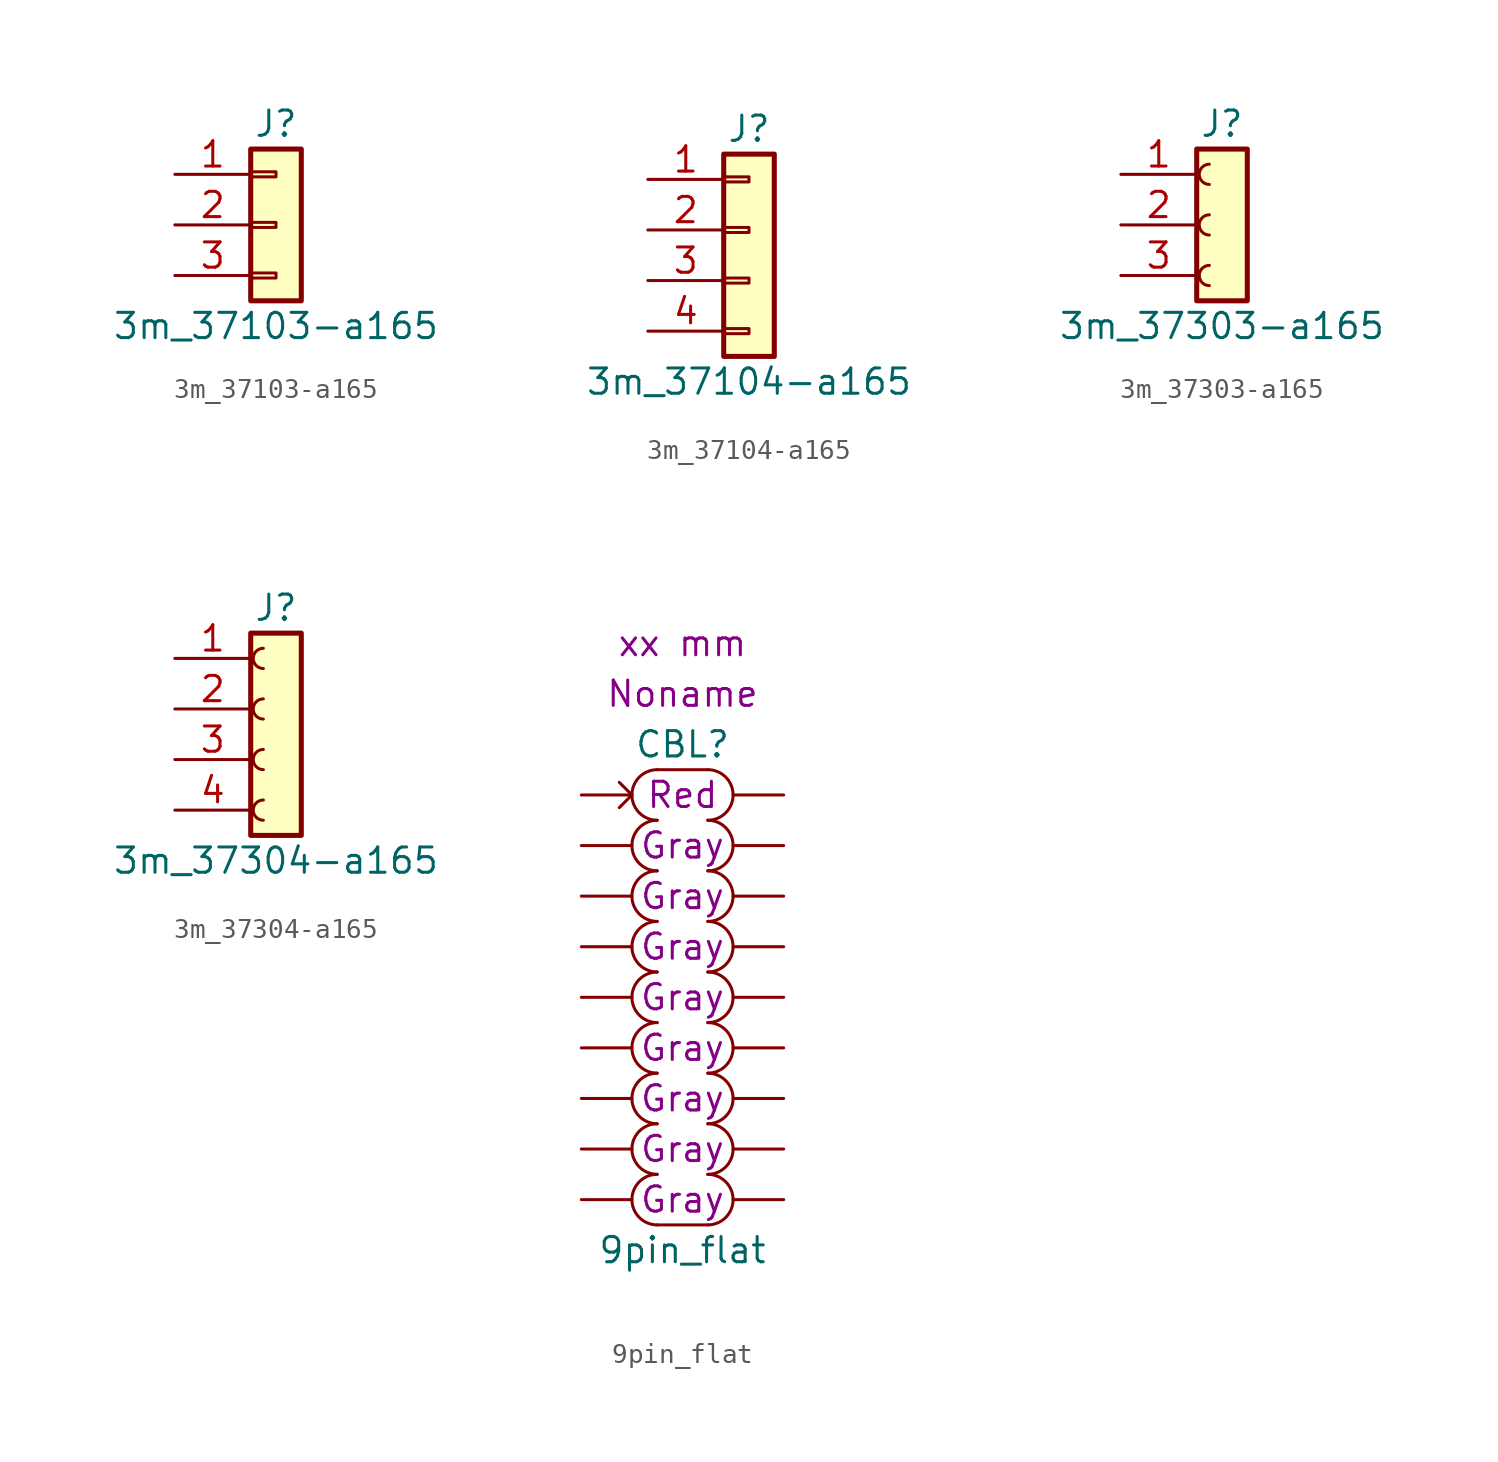
<source format=kicad_sym>
(kicad_symbol_lib
  (version 20211014)
  (generator kicad_symbol_editor)
  (symbol "3m_37103-a165"
    (pin_names
      (offset 1.016) hide)
    (property "Reference" "J"
      (at 0 5.08 0)
      (effects (font (size 1.27 1.27))))
    (property "Value" "3m_37103-a165"
      (at 0 -5.08 0)
      (effects (font (size 1.27 1.27))))
    (symbol "3m_37103-a165_1_1"
      (rectangle (start -1.27 -2.413) (end 0 -2.667) (stroke (width 0.152) (type default) (color 0 0 0 0)) (fill (type none)))
      (rectangle (start -1.27 0.127) (end 0 -0.127) (stroke (width 0.152) (type default) (color 0 0 0 0)) (fill (type none)))
      (rectangle (start -1.27 2.667) (end 0 2.413) (stroke (width 0.152) (type default) (color 0 0 0 0)) (fill (type none)))
      (rectangle (start -1.27 3.81) (end 1.27 -3.81) (stroke (width 0.254) (type default) (color 0 0 0 0)) (fill (type background)))
      (pin passive line (at -5.08 2.54 0) (length 3.81) (name "Pin_1" (effects (font (size 1.27 1.27)))) (number "1" (effects (font (size 1.27 1.27)))))
      (pin passive line (at -5.08 0 0) (length 3.81) (name "Pin_2" (effects (font (size 1.27 1.27)))) (number "2" (effects (font (size 1.27 1.27)))))
      (pin passive line (at -5.08 -2.54 0) (length 3.81) (name "Pin_3" (effects (font (size 1.27 1.27)))) (number "3" (effects (font (size 1.27 1.27)))))))
  (symbol "3m_37104-a165"
    (pin_names
      (offset 1.016) hide)
    (property "Reference" "J"
      (at 0 6.35 0)
      (effects (font (size 1.27 1.27))))
    (property "Value" "3m_37104-a165"
      (at 0 -6.35 0)
      (effects (font (size 1.27 1.27))))
    (symbol "3m_37104-a165_1_1"
      (rectangle (start -1.27 -3.683) (end 0 -3.937) (stroke (width 0.152) (type default) (color 0 0 0 0)) (fill (type none)))
      (rectangle (start -1.27 -1.143) (end 0 -1.397) (stroke (width 0.152) (type default) (color 0 0 0 0)) (fill (type none)))
      (rectangle (start -1.27 1.397) (end 0 1.143) (stroke (width 0.152) (type default) (color 0 0 0 0)) (fill (type none)))
      (rectangle (start -1.27 3.937) (end 0 3.683) (stroke (width 0.152) (type default) (color 0 0 0 0)) (fill (type none)))
      (rectangle (start -1.27 5.08) (end 1.27 -5.08) (stroke (width 0.254) (type default) (color 0 0 0 0)) (fill (type background)))
      (pin passive line (at -5.08 3.81 0) (length 3.81) (name "Pin_1" (effects (font (size 1.27 1.27)))) (number "1" (effects (font (size 1.27 1.27)))))
      (pin passive line (at -5.08 1.27 0) (length 3.81) (name "Pin_2" (effects (font (size 1.27 1.27)))) (number "2" (effects (font (size 1.27 1.27)))))
      (pin passive line (at -5.08 -1.27 0) (length 3.81) (name "Pin_3" (effects (font (size 1.27 1.27)))) (number "3" (effects (font (size 1.27 1.27)))))
      (pin passive line (at -5.08 -3.81 0) (length 3.81) (name "Pin_4" (effects (font (size 1.27 1.27)))) (number "4" (effects (font (size 1.27 1.27)))))))
  (symbol "3m_37303-a165"
    (pin_names
      (offset 1.016) hide)
    (property "Reference" "J"
      (at 0 5.08 0)
      (effects (font (size 1.27 1.27))))
    (property "Value" "3m_37303-a165"
      (at 0 -5.08 0)
      (effects (font (size 1.27 1.27))))
    (symbol "3m_37303-a165_1_1"
      (rectangle (start -1.27 3.81) (end 1.27 -3.81) (stroke (width 0.254) (type default) (color 0 0 0 0)) (fill (type background)))
      (arc (start -0.635 -2.032) (mid -1.143 -2.54) (end -0.635 -3.048) (stroke (width 0) (type default) (color 0 0 0 0)) (fill (type none)))
      (arc (start -0.635 0.508) (mid -1.143 0) (end -0.635 -0.508) (stroke (width 0) (type default) (color 0 0 0 0)) (fill (type none)))
      (arc (start -0.635 3.048) (mid -1.143 2.54) (end -0.635 2.032) (stroke (width 0) (type default) (color 0 0 0 0)) (fill (type none)))
      (pin passive line (at -5.08 2.54 0) (length 3.81) (name "Pin_1" (effects (font (size 1.27 1.27)))) (number "1" (effects (font (size 1.27 1.27)))))
      (pin passive line (at -5.08 0 0) (length 3.81) (name "Pin_2" (effects (font (size 1.27 1.27)))) (number "2" (effects (font (size 1.27 1.27)))))
      (pin passive line (at -5.08 -2.54 0) (length 3.81) (name "Pin_3" (effects (font (size 1.27 1.27)))) (number "3" (effects (font (size 1.27 1.27)))))))
  (symbol "3m_37304-a165"
    (pin_names
      (offset 1.016) hide)
    (property "Reference" "J"
      (at 0 6.35 0)
      (effects (font (size 1.27 1.27))))
    (property "Value" "3m_37304-a165"
      (at 0 -6.35 0)
      (effects (font (size 1.27 1.27))))
    (symbol "3m_37304-a165_1_1"
      (rectangle (start -1.27 5.08) (end 1.27 -5.08) (stroke (width 0.254) (type default) (color 0 0 0 0)) (fill (type background)))
      (arc (start -0.635 -3.302) (mid -1.143 -3.81) (end -0.635 -4.318) (stroke (width 0) (type default) (color 0 0 0 0)) (fill (type none)))
      (arc (start -0.635 -0.762) (mid -1.143 -1.27) (end -0.635 -1.778) (stroke (width 0) (type default) (color 0 0 0 0)) (fill (type none)))
      (arc (start -0.635 1.778) (mid -1.143 1.27) (end -0.635 0.762) (stroke (width 0) (type default) (color 0 0 0 0)) (fill (type none)))
      (arc (start -0.635 4.318) (mid -1.143 3.81) (end -0.635 3.302) (stroke (width 0) (type default) (color 0 0 0 0)) (fill (type none)))
      (pin passive line (at -5.08 3.81 0) (length 3.81) (name "Pin_1" (effects (font (size 1.27 1.27)))) (number "1" (effects (font (size 1.27 1.27)))))
      (pin passive line (at -5.08 1.27 0) (length 3.81) (name "Pin_2" (effects (font (size 1.27 1.27)))) (number "2" (effects (font (size 1.27 1.27)))))
      (pin passive line (at -5.08 -1.27 0) (length 3.81) (name "Pin_3" (effects (font (size 1.27 1.27)))) (number "3" (effects (font (size 1.27 1.27)))))
      (pin passive line (at -5.08 -3.81 0) (length 3.81) (name "Pin_4" (effects (font (size 1.27 1.27)))) (number "4" (effects (font (size 1.27 1.27)))))))
  (symbol "9pin_flat"
    (pin_numbers hide)
    (pin_names hide)
    (property "Reference" "CBL"
      (at 0 13.97 0)
      (effects (font (size 1.27 1.27))))
    (property "Value" "9pin_flat"
      (at 0 -11.43 0)
      (effects (font (size 1.27 1.27))))
    (property "color1" "Red"
      (at 0 11.43 0)
      (effects (font (size 1.27 1.27))))
    (property "color2" "Gray"
      (at 0 8.89 0)
      (effects (font (size 1.27 1.27))))
    (property "color3" "Gray"
      (at 0 6.35 0)
      (effects (font (size 1.27 1.27))))
    (property "color4" "Gray"
      (at 0 3.81 0)
      (effects (font (size 1.27 1.27))))
    (property "Length" "xx mm"
      (at 0 19.05 0)
      (effects (font (size 1.27 1.27))))
    (property "Harness_name" "Noname"
      (at 0 16.51 0)
      (effects (font (size 1.27 1.27))))
    (property "color5" "Gray"
      (at 0 1.27 0)
      (effects (font (size 1.27 1.27))))
    (property "color6" "Gray"
      (at 0 -1.27 0)
      (effects (font (size 1.27 1.27))))
    (property "color7" "Gray"
      (at 0 -3.81 0)
      (effects (font (size 1.27 1.27))))
    (property "color8" "Gray"
      (at 0 -6.35 0)
      (effects (font (size 1.27 1.27))))
    (property "color9" "Gray"
      (at 0 -8.89 0)
      (effects (font (size 1.27 1.27))))
    (symbol "9pin_flat_0_0"
      (arc (start -1.27 12.7) (mid -2.54 11.43) (end -1.27 10.16) (stroke (width 0) (type default) (color 0 0 0 0)) (fill (type none)))
      (polyline (pts (xy -1.27 12.7) (xy 1.27 12.7)) (stroke (width 0) (type default) (color 0 0 0 0)) (fill (type none)))
      (pin passive line (at 5.08 -1.27 180) (length 2.54) (name "C6.2" (effects (font (size 1.27 1.27)))) (number "12" (effects (font (size 1.27 1.27)))))
      (pin passive line (at -5.08 -3.81 0) (length 2.54) (name "C7.1" (effects (font (size 1.27 1.27)))) (number "13" (effects (font (size 1.27 1.27))))))
    (symbol "9pin_flat_0_1"
      (polyline (pts (xy -1.27 -10.16) (xy 1.27 -10.16)) (stroke (width 0) (type default) (color 0 0 0 0)) (fill (type none)))
      (polyline (pts (xy -3.175 12.065) (xy -2.54 11.43) (xy -3.175 10.795)) (stroke (width 0) (type default) (color 0 0 0 0)) (fill (type none))))
    (symbol "9pin_flat_1_1"
      (arc (start -1.27 -7.62) (mid -2.54 -8.89) (end -1.27 -10.16) (stroke (width 0) (type default) (color 0 0 0 0)) (fill (type none)))
      (arc (start -1.27 -5.08) (mid -2.54 -6.35) (end -1.27 -7.62) (stroke (width 0) (type default) (color 0 0 0 0)) (fill (type none)))
      (arc (start -1.27 -2.54) (mid -2.54 -3.81) (end -1.27 -5.08) (stroke (width 0) (type default) (color 0 0 0 0)) (fill (type none)))
      (arc (start -1.27 0) (mid -2.54 -1.27) (end -1.27 -2.54) (stroke (width 0) (type default) (color 0 0 0 0)) (fill (type none)))
      (arc (start -1.27 2.54) (mid -2.54 1.27) (end -1.27 0) (stroke (width 0) (type default) (color 0 0 0 0)) (fill (type none)))
      (arc (start -1.27 5.08) (mid -2.54 3.81) (end -1.27 2.54) (stroke (width 0) (type default) (color 0 0 0 0)) (fill (type none)))
      (arc (start -1.27 7.62) (mid -2.54 6.35) (end -1.27 5.08) (stroke (width 0) (type default) (color 0 0 0 0)) (fill (type none)))
      (arc (start -1.27 10.16) (mid -2.54 8.89) (end -1.27 7.62) (stroke (width 0) (type default) (color 0 0 0 0)) (fill (type none)))
      (arc (start 1.27 -10.16) (mid 2.54 -8.89) (end 1.27 -7.62) (stroke (width 0) (type default) (color 0 0 0 0)) (fill (type none)))
      (arc (start 1.27 -7.62) (mid 2.54 -6.35) (end 1.27 -5.08) (stroke (width 0) (type default) (color 0 0 0 0)) (fill (type none)))
      (arc (start 1.27 -5.08) (mid 2.54 -3.81) (end 1.27 -2.54) (stroke (width 0) (type default) (color 0 0 0 0)) (fill (type none)))
      (arc (start 1.27 -2.54) (mid 2.54 -1.27) (end 1.27 0) (stroke (width 0) (type default) (color 0 0 0 0)) (fill (type none)))
      (arc (start 1.27 0) (mid 2.54 1.27) (end 1.27 2.54) (stroke (width 0) (type default) (color 0 0 0 0)) (fill (type none)))
      (arc (start 1.27 2.54) (mid 2.54 3.81) (end 1.27 5.08) (stroke (width 0) (type default) (color 0 0 0 0)) (fill (type none)))
      (arc (start 1.27 5.08) (mid 2.54 6.35) (end 1.27 7.62) (stroke (width 0) (type default) (color 0 0 0 0)) (fill (type none)))
      (arc (start 1.27 7.62) (mid 2.54 8.89) (end 1.27 10.16) (stroke (width 0) (type default) (color 0 0 0 0)) (fill (type none)))
      (arc (start 1.27 10.16) (mid 2.54 11.43) (end 1.27 12.7) (stroke (width 0) (type default) (color 0 0 0 0)) (fill (type none)))
      (pin passive line (at -5.08 11.43 0) (length 2.54) (name "C1.1" (effects (font (size 1.27 1.27)))) (number "1" (effects (font (size 1.27 1.27)))))
      (pin passive line (at 5.08 1.27 180) (length 2.54) (name "C5.2" (effects (font (size 1.27 1.27)))) (number "10" (effects (font (size 1.27 1.27)))))
      (pin passive line (at -5.08 -1.27 0) (length 2.54) (name "C6.1" (effects (font (size 1.27 1.27)))) (number "11" (effects (font (size 1.27 1.27)))))
      (pin passive line (at 5.08 -3.81 180) (length 2.54) (name "C7.2" (effects (font (size 1.27 1.27)))) (number "14" (effects (font (size 1.27 1.27)))))
      (pin passive line (at -5.08 -6.35 0) (length 2.54) (name "C8.1" (effects (font (size 1.27 1.27)))) (number "15" (effects (font (size 1.27 1.27)))))
      (pin passive line (at 5.08 -6.35 180) (length 2.54) (name "C8.2" (effects (font (size 1.27 1.27)))) (number "16" (effects (font (size 1.27 1.27)))))
      (pin passive line (at -5.08 -8.89 0) (length 2.54) (name "C9.1" (effects (font (size 1.27 1.27)))) (number "17" (effects (font (size 1.27 1.27)))))
      (pin passive line (at 5.08 -8.89 180) (length 2.54) (name "C9.2" (effects (font (size 1.27 1.27)))) (number "18" (effects (font (size 1.27 1.27)))))
      (pin passive line (at 5.08 11.43 180) (length 2.54) (name "C1.2" (effects (font (size 1.27 1.27)))) (number "2" (effects (font (size 1.27 1.27)))))
      (pin passive line (at -5.08 8.89 0) (length 2.54) (name "C2.1" (effects (font (size 1.27 1.27)))) (number "3" (effects (font (size 1.27 1.27)))))
      (pin passive line (at 5.08 8.89 180) (length 2.54) (name "C2.2" (effects (font (size 1.27 1.27)))) (number "4" (effects (font (size 1.27 1.27)))))
      (pin passive line (at -5.08 6.35 0) (length 2.54) (name "C3.1" (effects (font (size 1.27 1.27)))) (number "5" (effects (font (size 1.27 1.27)))))
      (pin passive line (at 5.08 6.35 180) (length 2.54) (name "C3.2" (effects (font (size 1.27 1.27)))) (number "6" (effects (font (size 1.27 1.27)))))
      (pin passive line (at -5.08 3.81 0) (length 2.54) (name "C4.1" (effects (font (size 1.27 1.27)))) (number "7" (effects (font (size 1.27 1.27)))))
      (pin passive line (at 5.08 3.81 180) (length 2.54) (name "C4.2" (effects (font (size 1.27 1.27)))) (number "8" (effects (font (size 1.27 1.27)))))
      (pin passive line (at -5.08 1.27 0) (length 2.54) (name "C5.1" (effects (font (size 1.27 1.27)))) (number "9" (effects (font (size 1.27 1.27))))))))
</source>
